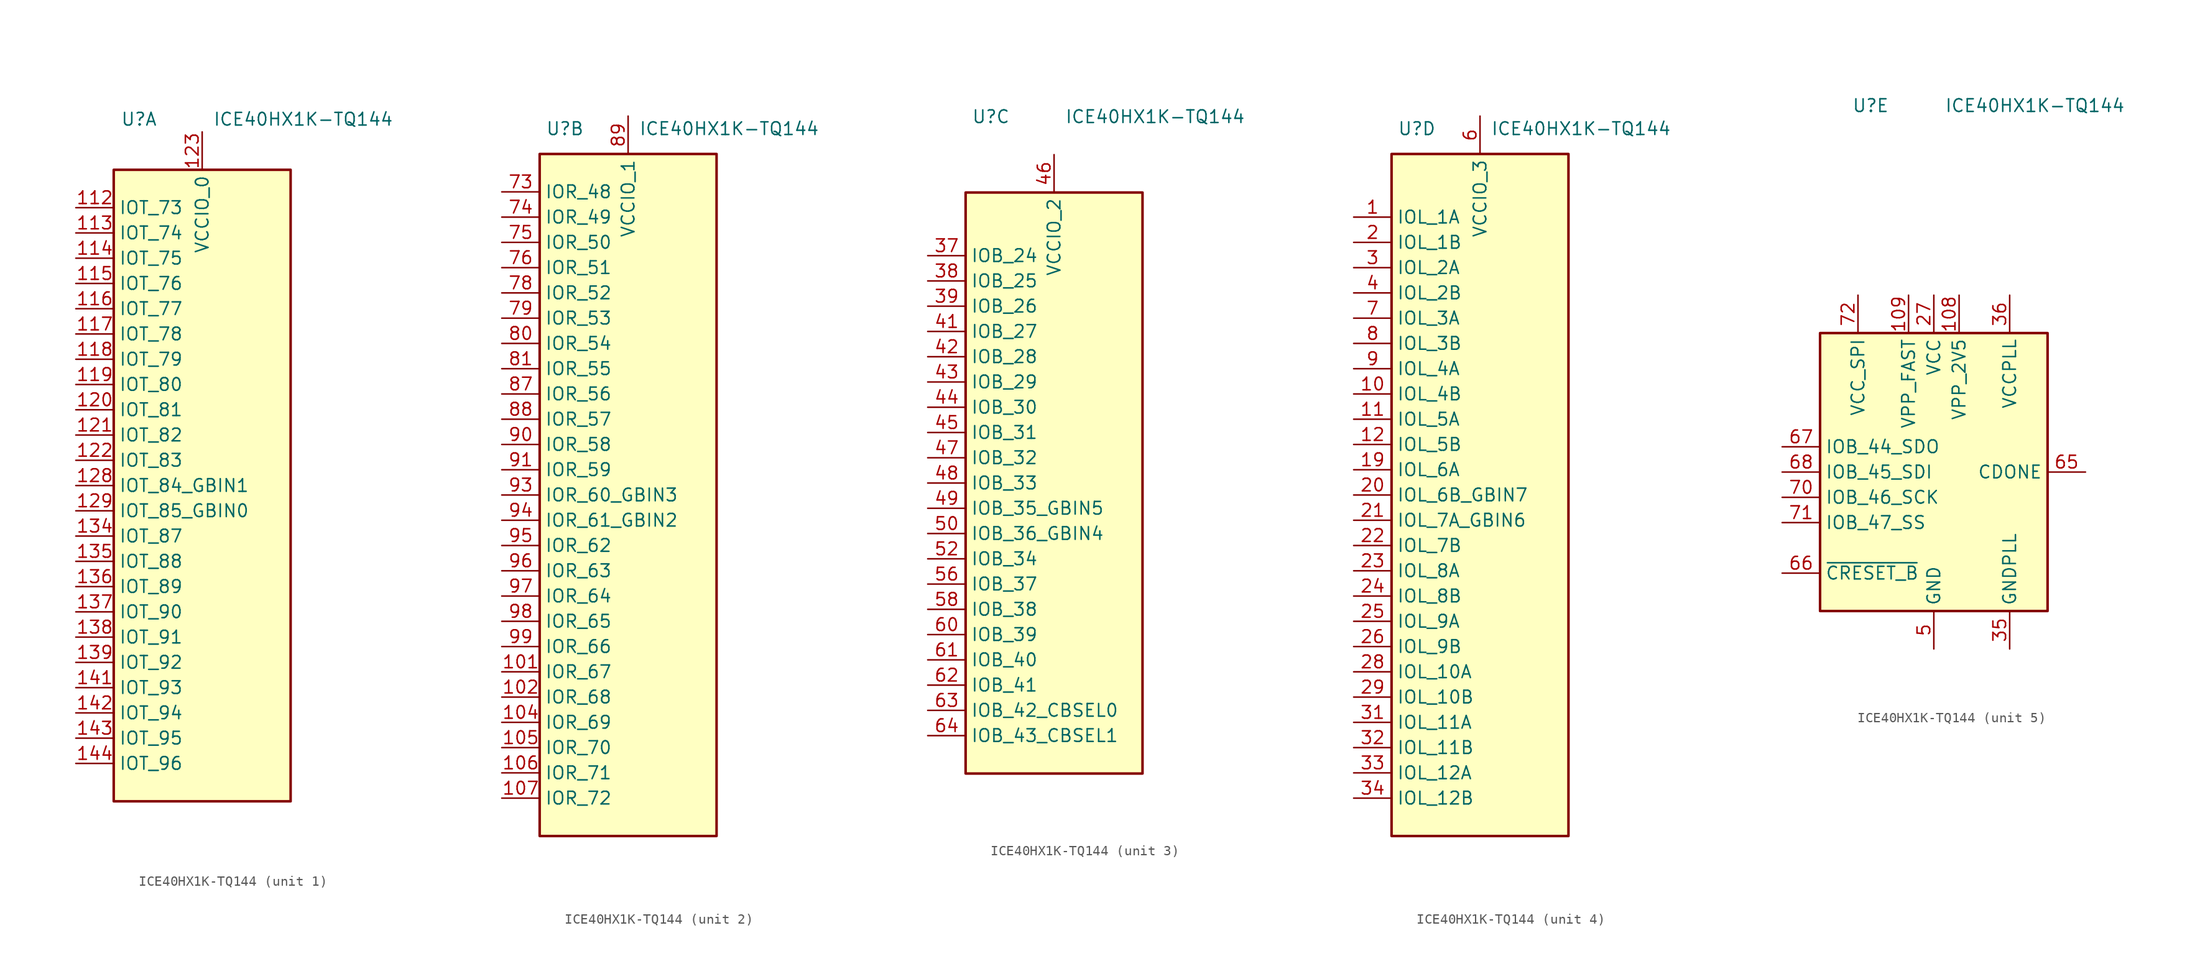
<source format=kicad_sym>
(kicad_symbol_lib
  (version 20201005)
  (generator kicad_symbol_editor)
  (symbol "ICE40HX1K-TQ144"
    (property "Reference" "U"
      (at -6.35 36.83 0)
      (effects (font (size 1.27 1.27))))
    (property "Value" "ICE40HX1K-TQ144"
      (at 10.16 36.83 0)
      (effects (font (size 1.27 1.27))))
    (property "ki_locked" ""
      (at 0 0 0)
      (effects (font (size 1.27 1.27))))
    (symbol "ICE40HX1K-TQ144_1_1"
      (rectangle (start -8.89 31.75) (end 8.89 -31.75) (stroke (width 0.254)) (fill (type background)))
      (pin bidirectional line (at -12.7 27.94 0) (length 3.81) (name "IOT_73" (effects (font (size 1.27 1.27)))) (number "112" (effects (font (size 1.27 1.27)))))
      (pin bidirectional line (at -12.7 25.4 0) (length 3.81) (name "IOT_74" (effects (font (size 1.27 1.27)))) (number "113" (effects (font (size 1.27 1.27)))))
      (pin bidirectional line (at -12.7 22.86 0) (length 3.81) (name "IOT_75" (effects (font (size 1.27 1.27)))) (number "114" (effects (font (size 1.27 1.27)))))
      (pin bidirectional line (at -12.7 20.32 0) (length 3.81) (name "IOT_76" (effects (font (size 1.27 1.27)))) (number "115" (effects (font (size 1.27 1.27)))))
      (pin bidirectional line (at -12.7 17.78 0) (length 3.81) (name "IOT_77" (effects (font (size 1.27 1.27)))) (number "116" (effects (font (size 1.27 1.27)))))
      (pin bidirectional line (at -12.7 15.24 0) (length 3.81) (name "IOT_78" (effects (font (size 1.27 1.27)))) (number "117" (effects (font (size 1.27 1.27)))))
      (pin bidirectional line (at -12.7 12.7 0) (length 3.81) (name "IOT_79" (effects (font (size 1.27 1.27)))) (number "118" (effects (font (size 1.27 1.27)))))
      (pin bidirectional line (at -12.7 10.16 0) (length 3.81) (name "IOT_80" (effects (font (size 1.27 1.27)))) (number "119" (effects (font (size 1.27 1.27)))))
      (pin bidirectional line (at -12.7 7.62 0) (length 3.81) (name "IOT_81" (effects (font (size 1.27 1.27)))) (number "120" (effects (font (size 1.27 1.27)))))
      (pin bidirectional line (at -12.7 5.08 0) (length 3.81) (name "IOT_82" (effects (font (size 1.27 1.27)))) (number "121" (effects (font (size 1.27 1.27)))))
      (pin bidirectional line (at -12.7 2.54 0) (length 3.81) (name "IOT_83" (effects (font (size 1.27 1.27)))) (number "122" (effects (font (size 1.27 1.27)))))
      (pin power_in line (at 0 35.56 270) (length 3.81) (name "VCCIO_0" (effects (font (size 1.27 1.27)))) (number "123" (effects (font (size 1.27 1.27)))))
      (pin bidirectional line (at -12.7 0 0) (length 3.81) (name "IOT_84_GBIN1" (effects (font (size 1.27 1.27)))) (number "128" (effects (font (size 1.27 1.27)))))
      (pin bidirectional line (at -12.7 -2.54 0) (length 3.81) (name "IOT_85_GBIN0" (effects (font (size 1.27 1.27)))) (number "129" (effects (font (size 1.27 1.27)))))
      (pin passive line (at 0 35.56 270) (length 3.81) hide (name "VCCIO_0" (effects (font (size 1.27 1.27)))) (number "133" (effects (font (size 1.27 1.27)))))
      (pin bidirectional line (at -12.7 -5.08 0) (length 3.81) (name "IOT_87" (effects (font (size 1.27 1.27)))) (number "134" (effects (font (size 1.27 1.27)))))
      (pin bidirectional line (at -12.7 -7.62 0) (length 3.81) (name "IOT_88" (effects (font (size 1.27 1.27)))) (number "135" (effects (font (size 1.27 1.27)))))
      (pin bidirectional line (at -12.7 -10.16 0) (length 3.81) (name "IOT_89" (effects (font (size 1.27 1.27)))) (number "136" (effects (font (size 1.27 1.27)))))
      (pin bidirectional line (at -12.7 -12.7 0) (length 3.81) (name "IOT_90" (effects (font (size 1.27 1.27)))) (number "137" (effects (font (size 1.27 1.27)))))
      (pin bidirectional line (at -12.7 -15.24 0) (length 3.81) (name "IOT_91" (effects (font (size 1.27 1.27)))) (number "138" (effects (font (size 1.27 1.27)))))
      (pin bidirectional line (at -12.7 -17.78 0) (length 3.81) (name "IOT_92" (effects (font (size 1.27 1.27)))) (number "139" (effects (font (size 1.27 1.27)))))
      (pin bidirectional line (at -12.7 -20.32 0) (length 3.81) (name "IOT_93" (effects (font (size 1.27 1.27)))) (number "141" (effects (font (size 1.27 1.27)))))
      (pin bidirectional line (at -12.7 -22.86 0) (length 3.81) (name "IOT_94" (effects (font (size 1.27 1.27)))) (number "142" (effects (font (size 1.27 1.27)))))
      (pin bidirectional line (at -12.7 -25.4 0) (length 3.81) (name "IOT_95" (effects (font (size 1.27 1.27)))) (number "143" (effects (font (size 1.27 1.27)))))
      (pin bidirectional line (at -12.7 -27.94 0) (length 3.81) (name "IOT_96" (effects (font (size 1.27 1.27)))) (number "144" (effects (font (size 1.27 1.27)))))
      (pin no_connect line (at 7.62 10.16 180) (length 3.81) hide (name "NC" (effects (font (size 1.27 1.27)))) (number "15" (effects (font (size 1.27 1.27)))))
      (pin no_connect line (at 7.62 7.62 180) (length 3.81) hide (name "NC" (effects (font (size 1.27 1.27)))) (number "16" (effects (font (size 1.27 1.27)))))
      (pin no_connect line (at 7.62 5.08 180) (length 3.81) hide (name "NC" (effects (font (size 1.27 1.27)))) (number "17" (effects (font (size 1.27 1.27)))))
      (pin no_connect line (at 7.62 -7.62 180) (length 3.81) hide (name "NC" (effects (font (size 1.27 1.27)))) (number "18" (effects (font (size 1.27 1.27)))))
      (pin no_connect line (at 7.62 -10.16 180) (length 3.81) hide (name "NC" (effects (font (size 1.27 1.27)))) (number "77" (effects (font (size 1.27 1.27))))))
    (symbol "ICE40HX1K-TQ144_2_1"
      (rectangle (start -8.89 34.29) (end 8.89 -34.29) (stroke (width 0.254)) (fill (type background)))
      (pin passive line (at 0 38.1 270) (length 3.81) hide (name "VCCIO_1" (effects (font (size 1.27 1.27)))) (number "100" (effects (font (size 1.27 1.27)))))
      (pin bidirectional line (at -12.7 -17.78 0) (length 3.81) (name "IOR_67" (effects (font (size 1.27 1.27)))) (number "101" (effects (font (size 1.27 1.27)))))
      (pin bidirectional line (at -12.7 -20.32 0) (length 3.81) (name "IOR_68" (effects (font (size 1.27 1.27)))) (number "102" (effects (font (size 1.27 1.27)))))
      (pin bidirectional line (at -12.7 -22.86 0) (length 3.81) (name "IOR_69" (effects (font (size 1.27 1.27)))) (number "104" (effects (font (size 1.27 1.27)))))
      (pin bidirectional line (at -12.7 -25.4 0) (length 3.81) (name "IOR_70" (effects (font (size 1.27 1.27)))) (number "105" (effects (font (size 1.27 1.27)))))
      (pin bidirectional line (at -12.7 -27.94 0) (length 3.81) (name "IOR_71" (effects (font (size 1.27 1.27)))) (number "106" (effects (font (size 1.27 1.27)))))
      (pin bidirectional line (at -12.7 -30.48 0) (length 3.81) (name "IOR_72" (effects (font (size 1.27 1.27)))) (number "107" (effects (font (size 1.27 1.27)))))
      (pin no_connect line (at 7.62 10.16 180) (length 3.81) hide (name "NC" (effects (font (size 1.27 1.27)))) (number "40" (effects (font (size 1.27 1.27)))))
      (pin no_connect line (at 7.62 7.62 180) (length 3.81) hide (name "NC" (effects (font (size 1.27 1.27)))) (number "53" (effects (font (size 1.27 1.27)))))
      (pin no_connect line (at 7.62 5.08 180) (length 3.81) hide (name "NC" (effects (font (size 1.27 1.27)))) (number "54" (effects (font (size 1.27 1.27)))))
      (pin no_connect line (at 7.62 -7.62 180) (length 3.81) hide (name "NC" (effects (font (size 1.27 1.27)))) (number "55" (effects (font (size 1.27 1.27)))))
      (pin bidirectional line (at -12.7 30.48 0) (length 3.81) (name "IOR_48" (effects (font (size 1.27 1.27)))) (number "73" (effects (font (size 1.27 1.27)))))
      (pin bidirectional line (at -12.7 27.94 0) (length 3.81) (name "IOR_49" (effects (font (size 1.27 1.27)))) (number "74" (effects (font (size 1.27 1.27)))))
      (pin bidirectional line (at -12.7 25.4 0) (length 3.81) (name "IOR_50" (effects (font (size 1.27 1.27)))) (number "75" (effects (font (size 1.27 1.27)))))
      (pin bidirectional line (at -12.7 22.86 0) (length 3.81) (name "IOR_51" (effects (font (size 1.27 1.27)))) (number "76" (effects (font (size 1.27 1.27)))))
      (pin bidirectional line (at -12.7 20.32 0) (length 3.81) (name "IOR_52" (effects (font (size 1.27 1.27)))) (number "78" (effects (font (size 1.27 1.27)))))
      (pin bidirectional line (at -12.7 17.78 0) (length 3.81) (name "IOR_53" (effects (font (size 1.27 1.27)))) (number "79" (effects (font (size 1.27 1.27)))))
      (pin bidirectional line (at -12.7 15.24 0) (length 3.81) (name "IOR_54" (effects (font (size 1.27 1.27)))) (number "80" (effects (font (size 1.27 1.27)))))
      (pin bidirectional line (at -12.7 12.7 0) (length 3.81) (name "IOR_55" (effects (font (size 1.27 1.27)))) (number "81" (effects (font (size 1.27 1.27)))))
      (pin no_connect line (at 7.62 -10.16 180) (length 3.81) hide (name "NC" (effects (font (size 1.27 1.27)))) (number "82" (effects (font (size 1.27 1.27)))))
      (pin bidirectional line (at -12.7 10.16 0) (length 3.81) (name "IOR_56" (effects (font (size 1.27 1.27)))) (number "87" (effects (font (size 1.27 1.27)))))
      (pin bidirectional line (at -12.7 7.62 0) (length 3.81) (name "IOR_57" (effects (font (size 1.27 1.27)))) (number "88" (effects (font (size 1.27 1.27)))))
      (pin power_in line (at 0 38.1 270) (length 3.81) (name "VCCIO_1" (effects (font (size 1.27 1.27)))) (number "89" (effects (font (size 1.27 1.27)))))
      (pin bidirectional line (at -12.7 5.08 0) (length 3.81) (name "IOR_58" (effects (font (size 1.27 1.27)))) (number "90" (effects (font (size 1.27 1.27)))))
      (pin bidirectional line (at -12.7 2.54 0) (length 3.81) (name "IOR_59" (effects (font (size 1.27 1.27)))) (number "91" (effects (font (size 1.27 1.27)))))
      (pin bidirectional line (at -12.7 0 0) (length 3.81) (name "IOR_60_GBIN3" (effects (font (size 1.27 1.27)))) (number "93" (effects (font (size 1.27 1.27)))))
      (pin bidirectional line (at -12.7 -2.54 0) (length 3.81) (name "IOR_61_GBIN2" (effects (font (size 1.27 1.27)))) (number "94" (effects (font (size 1.27 1.27)))))
      (pin bidirectional line (at -12.7 -5.08 0) (length 3.81) (name "IOR_62" (effects (font (size 1.27 1.27)))) (number "95" (effects (font (size 1.27 1.27)))))
      (pin bidirectional line (at -12.7 -7.62 0) (length 3.81) (name "IOR_63" (effects (font (size 1.27 1.27)))) (number "96" (effects (font (size 1.27 1.27)))))
      (pin bidirectional line (at -12.7 -10.16 0) (length 3.81) (name "IOR_64" (effects (font (size 1.27 1.27)))) (number "97" (effects (font (size 1.27 1.27)))))
      (pin bidirectional line (at -12.7 -12.7 0) (length 3.81) (name "IOR_65" (effects (font (size 1.27 1.27)))) (number "98" (effects (font (size 1.27 1.27)))))
      (pin bidirectional line (at -12.7 -15.24 0) (length 3.81) (name "IOR_66" (effects (font (size 1.27 1.27)))) (number "99" (effects (font (size 1.27 1.27))))))
    (symbol "ICE40HX1K-TQ144_3_1"
      (rectangle (start -8.89 29.21) (end 8.89 -29.21) (stroke (width 0.254)) (fill (type background)))
      (pin no_connect line (at 7.62 -10.16 180) (length 3.81) hide (name "NC" (effects (font (size 1.27 1.27)))) (number "110" (effects (font (size 1.27 1.27)))))
      (pin no_connect line (at 7.62 -17.78 180) (length 3.81) hide (name "NC" (effects (font (size 1.27 1.27)))) (number "124" (effects (font (size 1.27 1.27)))))
      (pin bidirectional line (at -12.7 22.86 0) (length 3.81) (name "IOB_24" (effects (font (size 1.27 1.27)))) (number "37" (effects (font (size 1.27 1.27)))))
      (pin bidirectional line (at -12.7 20.32 0) (length 3.81) (name "IOB_25" (effects (font (size 1.27 1.27)))) (number "38" (effects (font (size 1.27 1.27)))))
      (pin bidirectional line (at -12.7 17.78 0) (length 3.81) (name "IOB_26" (effects (font (size 1.27 1.27)))) (number "39" (effects (font (size 1.27 1.27)))))
      (pin bidirectional line (at -12.7 15.24 0) (length 3.81) (name "IOB_27" (effects (font (size 1.27 1.27)))) (number "41" (effects (font (size 1.27 1.27)))))
      (pin bidirectional line (at -12.7 12.7 0) (length 3.81) (name "IOB_28" (effects (font (size 1.27 1.27)))) (number "42" (effects (font (size 1.27 1.27)))))
      (pin bidirectional line (at -12.7 10.16 0) (length 3.81) (name "IOB_29" (effects (font (size 1.27 1.27)))) (number "43" (effects (font (size 1.27 1.27)))))
      (pin bidirectional line (at -12.7 7.62 0) (length 3.81) (name "IOB_30" (effects (font (size 1.27 1.27)))) (number "44" (effects (font (size 1.27 1.27)))))
      (pin bidirectional line (at -12.7 5.08 0) (length 3.81) (name "IOB_31" (effects (font (size 1.27 1.27)))) (number "45" (effects (font (size 1.27 1.27)))))
      (pin power_in line (at 0 33.02 270) (length 3.81) (name "VCCIO_2" (effects (font (size 1.27 1.27)))) (number "46" (effects (font (size 1.27 1.27)))))
      (pin bidirectional line (at -12.7 2.54 0) (length 3.81) (name "IOB_32" (effects (font (size 1.27 1.27)))) (number "47" (effects (font (size 1.27 1.27)))))
      (pin bidirectional line (at -12.7 0 0) (length 3.81) (name "IOB_33" (effects (font (size 1.27 1.27)))) (number "48" (effects (font (size 1.27 1.27)))))
      (pin bidirectional line (at -12.7 -2.54 0) (length 3.81) (name "IOB_35_GBIN5" (effects (font (size 1.27 1.27)))) (number "49" (effects (font (size 1.27 1.27)))))
      (pin bidirectional line (at -12.7 -5.08 0) (length 3.81) (name "IOB_36_GBIN4" (effects (font (size 1.27 1.27)))) (number "50" (effects (font (size 1.27 1.27)))))
      (pin bidirectional line (at -12.7 -7.62 0) (length 3.81) (name "IOB_34" (effects (font (size 1.27 1.27)))) (number "52" (effects (font (size 1.27 1.27)))))
      (pin bidirectional line (at -12.7 -10.16 0) (length 3.81) (name "IOB_37" (effects (font (size 1.27 1.27)))) (number "56" (effects (font (size 1.27 1.27)))))
      (pin passive line (at 0 33.02 270) (length 3.81) hide (name "VCCIO_2" (effects (font (size 1.27 1.27)))) (number "57" (effects (font (size 1.27 1.27)))))
      (pin bidirectional line (at -12.7 -12.7 0) (length 3.81) (name "IOB_38" (effects (font (size 1.27 1.27)))) (number "58" (effects (font (size 1.27 1.27)))))
      (pin bidirectional line (at -12.7 -15.24 0) (length 3.81) (name "IOB_39" (effects (font (size 1.27 1.27)))) (number "60" (effects (font (size 1.27 1.27)))))
      (pin bidirectional line (at -12.7 -17.78 0) (length 3.81) (name "IOB_40" (effects (font (size 1.27 1.27)))) (number "61" (effects (font (size 1.27 1.27)))))
      (pin bidirectional line (at -12.7 -20.32 0) (length 3.81) (name "IOB_41" (effects (font (size 1.27 1.27)))) (number "62" (effects (font (size 1.27 1.27)))))
      (pin bidirectional line (at -12.7 -22.86 0) (length 3.81) (name "IOB_42_CBSEL0" (effects (font (size 1.27 1.27)))) (number "63" (effects (font (size 1.27 1.27)))))
      (pin bidirectional line (at -12.7 -25.4 0) (length 3.81) (name "IOB_43_CBSEL1" (effects (font (size 1.27 1.27)))) (number "64" (effects (font (size 1.27 1.27)))))
      (pin no_connect line (at 7.62 10.16 180) (length 3.81) hide (name "NC" (effects (font (size 1.27 1.27)))) (number "83" (effects (font (size 1.27 1.27)))))
      (pin no_connect line (at 7.62 7.62 180) (length 3.81) hide (name "NC" (effects (font (size 1.27 1.27)))) (number "84" (effects (font (size 1.27 1.27)))))
      (pin no_connect line (at 7.62 -12.7 180) (length 3.81) hide (name "NC" (effects (font (size 1.27 1.27)))) (number "85" (effects (font (size 1.27 1.27))))))
    (symbol "ICE40HX1K-TQ144_4_1"
      (rectangle (start -8.89 34.29) (end 8.89 -34.29) (stroke (width 0.254)) (fill (type background)))
      (pin bidirectional line (at -12.7 27.94 0) (length 3.81) (name "IOL_1A" (effects (font (size 1.27 1.27)))) (number "1" (effects (font (size 1.27 1.27)))))
      (pin bidirectional line (at -12.7 10.16 0) (length 3.81) (name "IOL_4B" (effects (font (size 1.27 1.27)))) (number "10" (effects (font (size 1.27 1.27)))))
      (pin bidirectional line (at -12.7 7.62 0) (length 3.81) (name "IOL_5A" (effects (font (size 1.27 1.27)))) (number "11" (effects (font (size 1.27 1.27)))))
      (pin bidirectional line (at -12.7 5.08 0) (length 3.81) (name "IOL_5B" (effects (font (size 1.27 1.27)))) (number "12" (effects (font (size 1.27 1.27)))))
      (pin no_connect line (at 7.62 10.16 180) (length 3.81) hide (name "NC" (effects (font (size 1.27 1.27)))) (number "125" (effects (font (size 1.27 1.27)))))
      (pin no_connect line (at 7.62 7.62 180) (length 3.81) hide (name "NC" (effects (font (size 1.27 1.27)))) (number "126" (effects (font (size 1.27 1.27)))))
      (pin no_connect line (at 7.62 5.08 180) (length 3.81) hide (name "NC" (effects (font (size 1.27 1.27)))) (number "127" (effects (font (size 1.27 1.27)))))
      (pin no_connect line (at 7.62 -7.62 180) (length 3.81) hide (name "NC" (effects (font (size 1.27 1.27)))) (number "130" (effects (font (size 1.27 1.27)))))
      (pin no_connect line (at 7.62 -10.16 180) (length 3.81) hide (name "NC" (effects (font (size 1.27 1.27)))) (number "131" (effects (font (size 1.27 1.27)))))
      (pin bidirectional line (at -12.7 2.54 0) (length 3.81) (name "IOL_6A" (effects (font (size 1.27 1.27)))) (number "19" (effects (font (size 1.27 1.27)))))
      (pin bidirectional line (at -12.7 25.4 0) (length 3.81) (name "IOL_1B" (effects (font (size 1.27 1.27)))) (number "2" (effects (font (size 1.27 1.27)))))
      (pin bidirectional line (at -12.7 0 0) (length 3.81) (name "IOL_6B_GBIN7" (effects (font (size 1.27 1.27)))) (number "20" (effects (font (size 1.27 1.27)))))
      (pin bidirectional line (at -12.7 -2.54 0) (length 3.81) (name "IOL_7A_GBIN6" (effects (font (size 1.27 1.27)))) (number "21" (effects (font (size 1.27 1.27)))))
      (pin bidirectional line (at -12.7 -5.08 0) (length 3.81) (name "IOL_7B" (effects (font (size 1.27 1.27)))) (number "22" (effects (font (size 1.27 1.27)))))
      (pin bidirectional line (at -12.7 -7.62 0) (length 3.81) (name "IOL_8A" (effects (font (size 1.27 1.27)))) (number "23" (effects (font (size 1.27 1.27)))))
      (pin bidirectional line (at -12.7 -10.16 0) (length 3.81) (name "IOL_8B" (effects (font (size 1.27 1.27)))) (number "24" (effects (font (size 1.27 1.27)))))
      (pin bidirectional line (at -12.7 -12.7 0) (length 3.81) (name "IOL_9A" (effects (font (size 1.27 1.27)))) (number "25" (effects (font (size 1.27 1.27)))))
      (pin bidirectional line (at -12.7 -15.24 0) (length 3.81) (name "IOL_9B" (effects (font (size 1.27 1.27)))) (number "26" (effects (font (size 1.27 1.27)))))
      (pin bidirectional line (at -12.7 -17.78 0) (length 3.81) (name "IOL_10A" (effects (font (size 1.27 1.27)))) (number "28" (effects (font (size 1.27 1.27)))))
      (pin bidirectional line (at -12.7 -20.32 0) (length 3.81) (name "IOL_10B" (effects (font (size 1.27 1.27)))) (number "29" (effects (font (size 1.27 1.27)))))
      (pin bidirectional line (at -12.7 22.86 0) (length 3.81) (name "IOL_2A" (effects (font (size 1.27 1.27)))) (number "3" (effects (font (size 1.27 1.27)))))
      (pin passive line (at 0 38.1 270) (length 3.81) hide (name "VCCIO_3" (effects (font (size 1.27 1.27)))) (number "30" (effects (font (size 1.27 1.27)))))
      (pin bidirectional line (at -12.7 -22.86 0) (length 3.81) (name "IOL_11A" (effects (font (size 1.27 1.27)))) (number "31" (effects (font (size 1.27 1.27)))))
      (pin bidirectional line (at -12.7 -25.4 0) (length 3.81) (name "IOL_11B" (effects (font (size 1.27 1.27)))) (number "32" (effects (font (size 1.27 1.27)))))
      (pin bidirectional line (at -12.7 -27.94 0) (length 3.81) (name "IOL_12A" (effects (font (size 1.27 1.27)))) (number "33" (effects (font (size 1.27 1.27)))))
      (pin bidirectional line (at -12.7 -30.48 0) (length 3.81) (name "IOL_12B" (effects (font (size 1.27 1.27)))) (number "34" (effects (font (size 1.27 1.27)))))
      (pin bidirectional line (at -12.7 20.32 0) (length 3.81) (name "IOL_2B" (effects (font (size 1.27 1.27)))) (number "4" (effects (font (size 1.27 1.27)))))
      (pin power_in line (at 0 38.1 270) (length 3.81) (name "VCCIO_3" (effects (font (size 1.27 1.27)))) (number "6" (effects (font (size 1.27 1.27)))))
      (pin bidirectional line (at -12.7 17.78 0) (length 3.81) (name "IOL_3A" (effects (font (size 1.27 1.27)))) (number "7" (effects (font (size 1.27 1.27)))))
      (pin bidirectional line (at -12.7 15.24 0) (length 3.81) (name "IOL_3B" (effects (font (size 1.27 1.27)))) (number "8" (effects (font (size 1.27 1.27)))))
      (pin bidirectional line (at -12.7 12.7 0) (length 3.81) (name "IOL_4A" (effects (font (size 1.27 1.27)))) (number "9" (effects (font (size 1.27 1.27))))))
    (symbol "ICE40HX1K-TQ144_5_1"
      (rectangle (start -11.43 13.97) (end 11.43 -13.97) (stroke (width 0.254)) (fill (type background)))
      (pin passive line (at 0 -17.78 90) (length 3.81) hide (name "GND" (effects (font (size 1.27 1.27)))) (number "103" (effects (font (size 1.27 1.27)))))
      (pin power_in line (at 2.54 17.78 270) (length 3.81) (name "VPP_2V5" (effects (font (size 1.27 1.27)))) (number "108" (effects (font (size 1.27 1.27)))))
      (pin power_in line (at -2.54 17.78 270) (length 3.81) (name "VPP_FAST" (effects (font (size 1.27 1.27)))) (number "109" (effects (font (size 1.27 1.27)))))
      (pin passive line (at 0 17.78 270) (length 3.81) hide (name "VCC" (effects (font (size 1.27 1.27)))) (number "111" (effects (font (size 1.27 1.27)))))
      (pin passive line (at 0 -17.78 90) (length 3.81) hide (name "GND" (effects (font (size 1.27 1.27)))) (number "13" (effects (font (size 1.27 1.27)))))
      (pin passive line (at 0 -17.78 90) (length 3.81) hide (name "GND" (effects (font (size 1.27 1.27)))) (number "132" (effects (font (size 1.27 1.27)))))
      (pin passive line (at 0 -17.78 90) (length 3.81) hide (name "GND" (effects (font (size 1.27 1.27)))) (number "14" (effects (font (size 1.27 1.27)))))
      (pin passive line (at 0 -17.78 90) (length 3.81) hide (name "GND" (effects (font (size 1.27 1.27)))) (number "140" (effects (font (size 1.27 1.27)))))
      (pin power_in line (at 0 17.78 270) (length 3.81) (name "VCC" (effects (font (size 1.27 1.27)))) (number "27" (effects (font (size 1.27 1.27)))))
      (pin power_in line (at 7.62 -17.78 90) (length 3.81) (name "GNDPLL" (effects (font (size 1.27 1.27)))) (number "35" (effects (font (size 1.27 1.27)))))
      (pin power_in line (at 7.62 17.78 270) (length 3.81) (name "VCCPLL" (effects (font (size 1.27 1.27)))) (number "36" (effects (font (size 1.27 1.27)))))
      (pin power_in line (at 0 -17.78 90) (length 3.81) (name "GND" (effects (font (size 1.27 1.27)))) (number "5" (effects (font (size 1.27 1.27)))))
      (pin passive line (at 0 17.78 270) (length 3.81) hide (name "VCC" (effects (font (size 1.27 1.27)))) (number "51" (effects (font (size 1.27 1.27)))))
      (pin passive line (at 0 -17.78 90) (length 3.81) hide (name "GND" (effects (font (size 1.27 1.27)))) (number "59" (effects (font (size 1.27 1.27)))))
      (pin open_collector line (at 15.24 0 180) (length 3.81) (name "CDONE" (effects (font (size 1.27 1.27)))) (number "65" (effects (font (size 1.27 1.27)))))
      (pin input line (at -15.24 -10.16 0) (length 3.81) (name "~CRESET_B" (effects (font (size 1.27 1.27)))) (number "66" (effects (font (size 1.27 1.27)))))
      (pin bidirectional line (at -15.24 2.54 0) (length 3.81) (name "IOB_44_SDO" (effects (font (size 1.27 1.27)))) (number "67" (effects (font (size 1.27 1.27)))))
      (pin bidirectional line (at -15.24 0 0) (length 3.81) (name "IOB_45_SDI" (effects (font (size 1.27 1.27)))) (number "68" (effects (font (size 1.27 1.27)))))
      (pin passive line (at 0 -17.78 90) (length 3.81) hide (name "GND" (effects (font (size 1.27 1.27)))) (number "69" (effects (font (size 1.27 1.27)))))
      (pin bidirectional line (at -15.24 -2.54 0) (length 3.81) (name "IOB_46_SCK" (effects (font (size 1.27 1.27)))) (number "70" (effects (font (size 1.27 1.27)))))
      (pin bidirectional line (at -15.24 -5.08 0) (length 3.81) (name "IOB_47_SS" (effects (font (size 1.27 1.27)))) (number "71" (effects (font (size 1.27 1.27)))))
      (pin power_in line (at -7.62 17.78 270) (length 3.81) (name "VCC_SPI" (effects (font (size 1.27 1.27)))) (number "72" (effects (font (size 1.27 1.27)))))
      (pin passive line (at 0 -17.78 90) (length 3.81) hide (name "GND" (effects (font (size 1.27 1.27)))) (number "86" (effects (font (size 1.27 1.27)))))
      (pin passive line (at 0 17.78 270) (length 3.81) hide (name "VCC" (effects (font (size 1.27 1.27)))) (number "92" (effects (font (size 1.27 1.27))))))))
</source>
